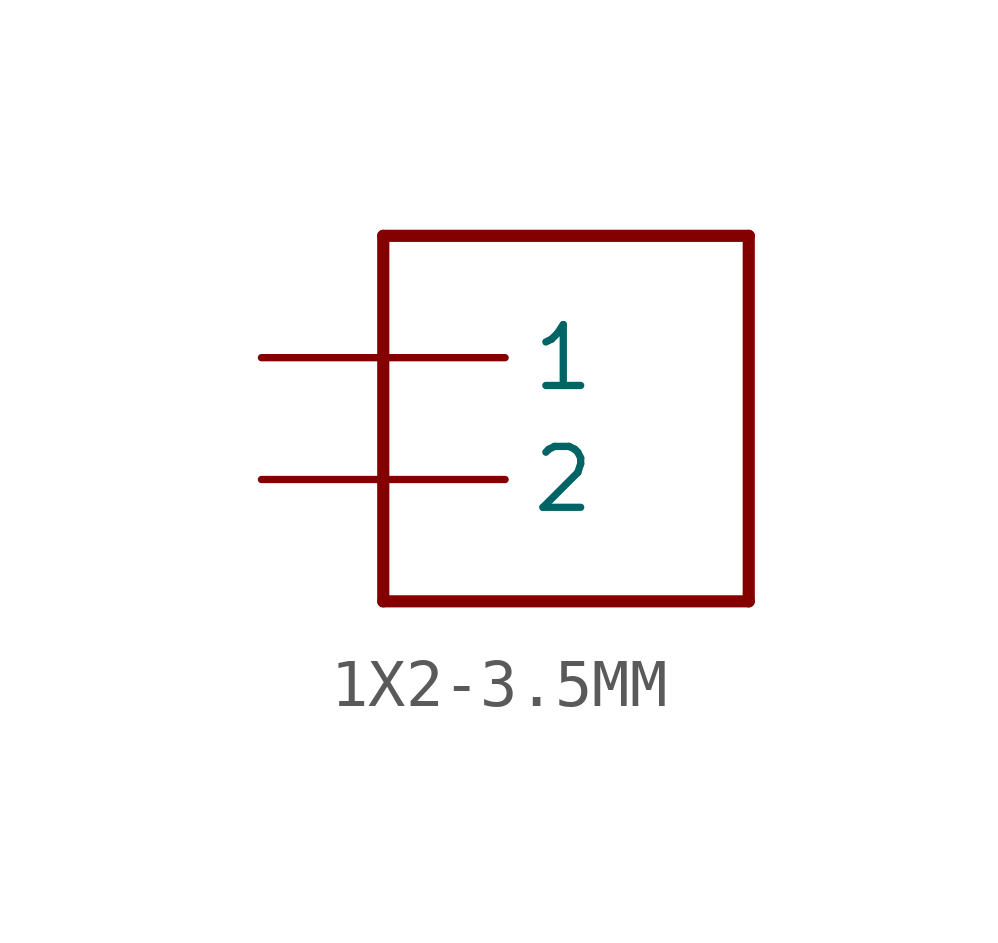
<source format=kicad_sym>
(kicad_symbol_lib
  (version 20211014)
  (generator kicad_symbol_editor)
  (symbol "1X2-3.5MM"
    (property "Reference" "J"
      (at 0 0 0)
      (effects (font (size 1.27 1.27)) hide))
    (property "ki_locked" ""
      (at 0 0 0)
      (effects (font (size 1.27 1.27))))
    (symbol "1X2-3.5MM_1_0"
      (polyline (pts (xy -2.54 -2.54) (xy 5.08 -2.54)) (stroke (width 0.254) (type default) (color 0 0 0 0)) (fill (type none)))
      (polyline (pts (xy -2.54 5.08) (xy -2.54 -2.54)) (stroke (width 0.254) (type default) (color 0 0 0 0)) (fill (type none)))
      (polyline (pts (xy 5.08 -2.54) (xy 5.08 5.08)) (stroke (width 0.254) (type default) (color 0 0 0 0)) (fill (type none)))
      (polyline (pts (xy 5.08 5.08) (xy -2.54 5.08)) (stroke (width 0.254) (type default) (color 0 0 0 0)) (fill (type none)))
      (pin passive line (at -5.08 2.54 0) (length 5.08) (name "1" (effects (font (size 1.27 1.27)))) (number "1" (effects (font (size 0 0)))))
      (pin passive line (at -5.08 0 0) (length 5.08) (name "2" (effects (font (size 1.27 1.27)))) (number "2" (effects (font (size 0 0))))))))
</source>
